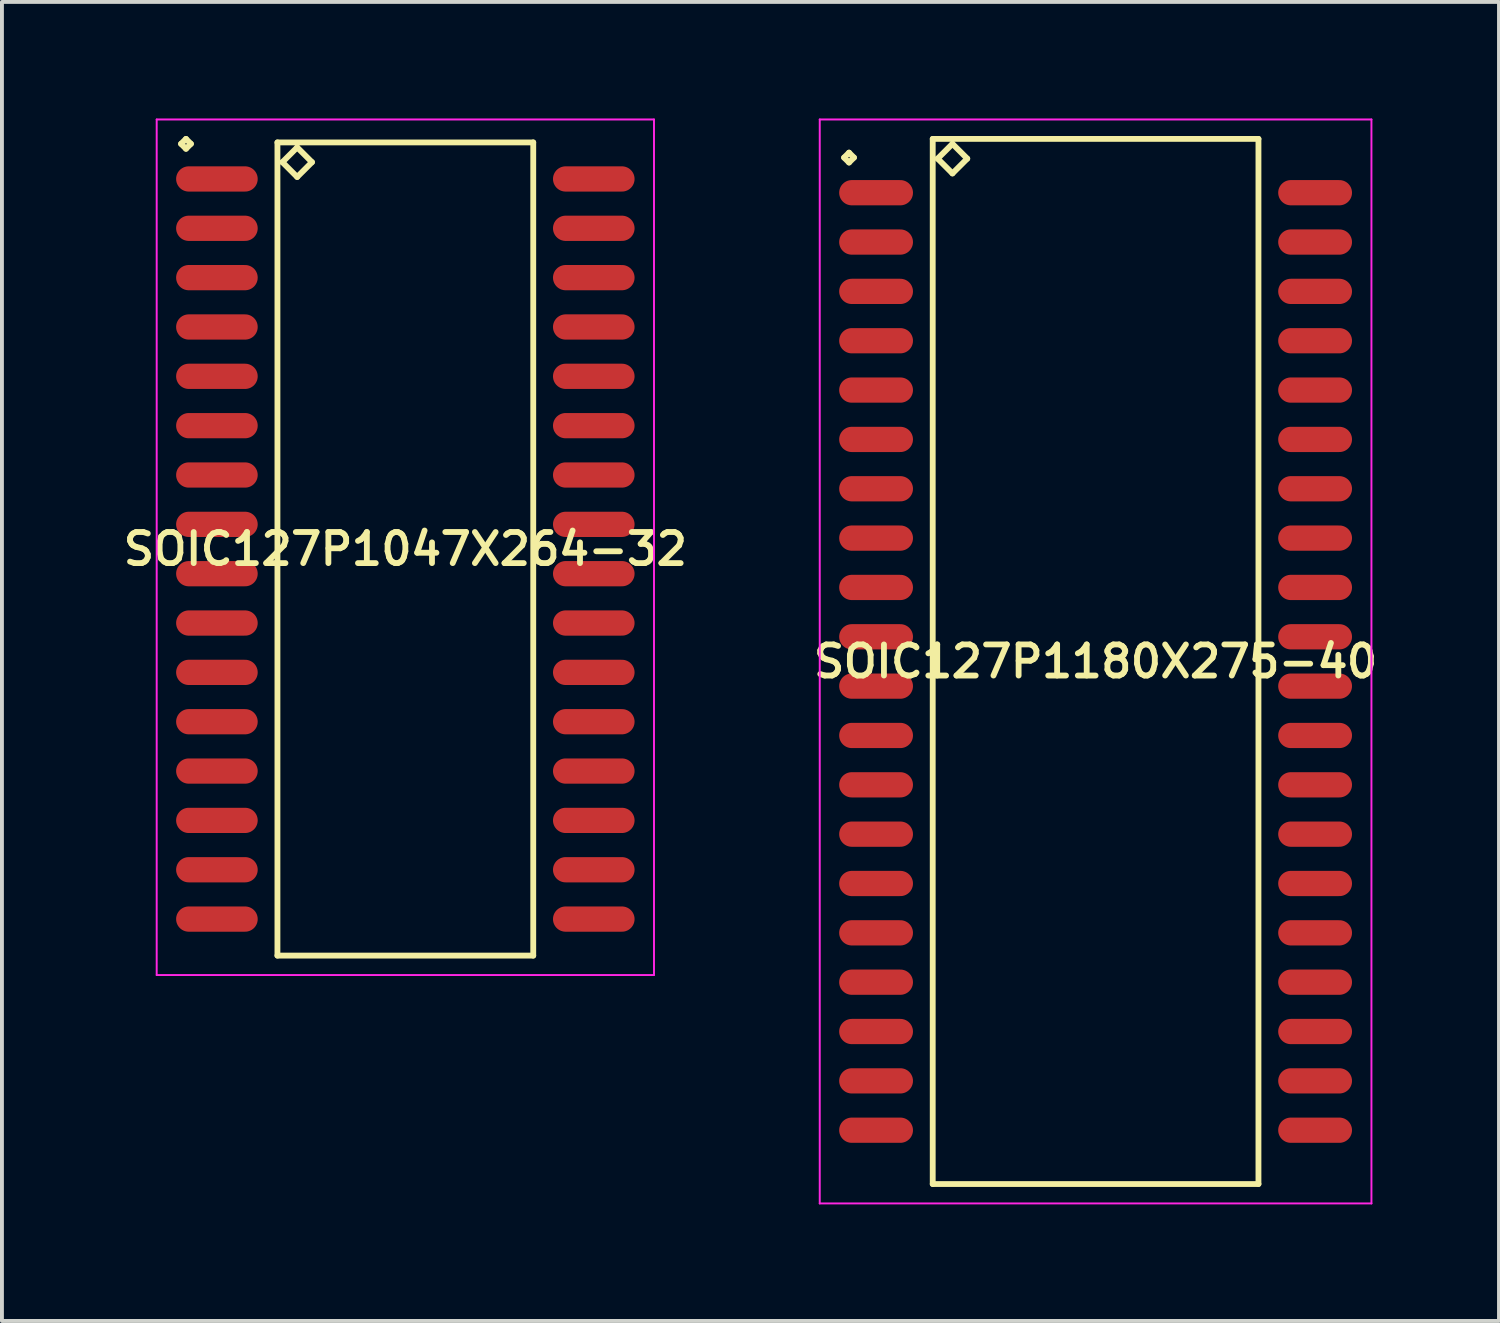
<source format=kicad_pcb>
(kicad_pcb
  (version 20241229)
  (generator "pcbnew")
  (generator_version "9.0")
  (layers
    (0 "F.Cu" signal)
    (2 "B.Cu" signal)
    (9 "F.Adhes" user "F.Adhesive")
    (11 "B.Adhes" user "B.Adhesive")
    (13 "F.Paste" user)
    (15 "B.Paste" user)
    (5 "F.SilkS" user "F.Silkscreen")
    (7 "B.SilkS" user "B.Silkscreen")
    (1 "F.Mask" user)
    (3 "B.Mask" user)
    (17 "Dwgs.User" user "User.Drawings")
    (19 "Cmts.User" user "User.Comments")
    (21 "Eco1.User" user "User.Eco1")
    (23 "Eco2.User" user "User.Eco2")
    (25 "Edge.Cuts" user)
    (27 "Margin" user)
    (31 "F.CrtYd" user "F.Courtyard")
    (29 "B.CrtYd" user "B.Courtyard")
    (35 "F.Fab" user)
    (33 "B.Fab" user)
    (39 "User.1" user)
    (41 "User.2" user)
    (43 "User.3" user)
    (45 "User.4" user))
  (footprint "SOIC127P1047X264-32"
    (layer "F.Cu")
    (at 7.383 11.081)
    (property "Reference" "SOIC127P1047X264-32" (at 0 0 0) (layer "F.SilkS") (effects (font (size 0.8 0.8) (thickness 0.15))))
    (attr smd)
    (fp_line (start -5.773 -10.429) (end -5.646 -10.556) (stroke (width 0.15) (type solid)) (layer "F.SilkS"))
    (fp_line (start -5.646 -10.556) (end -5.519 -10.429) (stroke (width 0.15) (type solid)) (layer "F.SilkS"))
    (fp_line (start -5.646 -10.302) (end -5.773 -10.429) (stroke (width 0.15) (type solid)) (layer "F.SilkS"))
    (fp_line (start -5.519 -10.429) (end -5.646 -10.302) (stroke (width 0.15) (type solid)) (layer "F.SilkS"))
    (fp_line (start -3.292 -10.465) (end -3.292 10.465) (stroke (width 0.15) (type solid)) (layer "F.SilkS"))
    (fp_line (start -3.292 10.465) (end 3.292 10.465) (stroke (width 0.15) (type solid)) (layer "F.SilkS"))
    (fp_line (start -3.165 -9.957) (end -2.784 -10.338) (stroke (width 0.15) (type solid)) (layer "F.SilkS"))
    (fp_line (start -2.784 -10.338) (end -2.403 -9.957) (stroke (width 0.15) (type solid)) (layer "F.SilkS"))
    (fp_line (start -2.784 -9.576) (end -3.165 -9.957) (stroke (width 0.15) (type solid)) (layer "F.SilkS"))
    (fp_line (start -2.403 -9.957) (end -2.784 -9.576) (stroke (width 0.15) (type solid)) (layer "F.SilkS"))
    (fp_line (start 3.292 -10.465) (end -3.292 -10.465) (stroke (width 0.15) (type solid)) (layer "F.SilkS"))
    (fp_line (start 3.292 10.465) (end 3.292 -10.465) (stroke (width 0.15) (type solid)) (layer "F.SilkS"))
    (fp_line (start -6.4 -11.056) (end 6.4 -11.056) (stroke (width 0.05) (type solid)) (layer "F.CrtYd"))
    (fp_line (start -6.4 10.965) (end -6.4 -11.056) (stroke (width 0.05) (type solid)) (layer "F.CrtYd"))
    (fp_line (start 6.4 -11.056) (end 6.4 10.965) (stroke (width 0.05) (type solid)) (layer "F.CrtYd"))
    (fp_line (start 6.4 10.965) (end -6.4 10.965) (stroke (width 0.05) (type solid)) (layer "F.CrtYd"))
    (pad "1" smd oval (at -4.85 -9.525) (size 2.1 0.65) (layers "F.Cu" "F.Mask" "F.Paste"))
    (pad "2" smd oval (at -4.85 -8.255) (size 2.1 0.65) (layers "F.Cu" "F.Mask" "F.Paste"))
    (pad "3" smd oval (at -4.85 -6.985) (size 2.1 0.65) (layers "F.Cu" "F.Mask" "F.Paste"))
    (pad "4" smd oval (at -4.85 -5.715) (size 2.1 0.65) (layers "F.Cu" "F.Mask" "F.Paste"))
    (pad "5" smd oval (at -4.85 -4.445) (size 2.1 0.65) (layers "F.Cu" "F.Mask" "F.Paste"))
    (pad "6" smd oval (at -4.85 -3.175) (size 2.1 0.65) (layers "F.Cu" "F.Mask" "F.Paste"))
    (pad "7" smd oval (at -4.85 -1.905) (size 2.1 0.65) (layers "F.Cu" "F.Mask" "F.Paste"))
    (pad "8" smd oval (at -4.85 -0.635) (size 2.1 0.65) (layers "F.Cu" "F.Mask" "F.Paste"))
    (pad "9" smd oval (at -4.85 0.635) (size 2.1 0.65) (layers "F.Cu" "F.Mask" "F.Paste"))
    (pad "10" smd oval (at -4.85 1.905) (size 2.1 0.65) (layers "F.Cu" "F.Mask" "F.Paste"))
    (pad "11" smd oval (at -4.85 3.175) (size 2.1 0.65) (layers "F.Cu" "F.Mask" "F.Paste"))
    (pad "12" smd oval (at -4.85 4.445) (size 2.1 0.65) (layers "F.Cu" "F.Mask" "F.Paste"))
    (pad "13" smd oval (at -4.85 5.715) (size 2.1 0.65) (layers "F.Cu" "F.Mask" "F.Paste"))
    (pad "14" smd oval (at -4.85 6.985) (size 2.1 0.65) (layers "F.Cu" "F.Mask" "F.Paste"))
    (pad "15" smd oval (at -4.85 8.255) (size 2.1 0.65) (layers "F.Cu" "F.Mask" "F.Paste"))
    (pad "16" smd oval (at -4.85 9.525) (size 2.1 0.65) (layers "F.Cu" "F.Mask" "F.Paste"))
    (pad "17" smd oval (at 4.85 9.525) (size 2.1 0.65) (layers "F.Cu" "F.Mask" "F.Paste"))
    (pad "18" smd oval (at 4.85 8.255) (size 2.1 0.65) (layers "F.Cu" "F.Mask" "F.Paste"))
    (pad "19" smd oval (at 4.85 6.985) (size 2.1 0.65) (layers "F.Cu" "F.Mask" "F.Paste"))
    (pad "20" smd oval (at 4.85 5.715) (size 2.1 0.65) (layers "F.Cu" "F.Mask" "F.Paste"))
    (pad "21" smd oval (at 4.85 4.445) (size 2.1 0.65) (layers "F.Cu" "F.Mask" "F.Paste"))
    (pad "22" smd oval (at 4.85 3.175) (size 2.1 0.65) (layers "F.Cu" "F.Mask" "F.Paste"))
    (pad "23" smd oval (at 4.85 1.905) (size 2.1 0.65) (layers "F.Cu" "F.Mask" "F.Paste"))
    (pad "24" smd oval (at 4.85 0.635) (size 2.1 0.65) (layers "F.Cu" "F.Mask" "F.Paste"))
    (pad "25" smd oval (at 4.85 -0.635) (size 2.1 0.65) (layers "F.Cu" "F.Mask" "F.Paste"))
    (pad "26" smd oval (at 4.85 -1.905) (size 2.1 0.65) (layers "F.Cu" "F.Mask" "F.Paste"))
    (pad "27" smd oval (at 4.85 -3.175) (size 2.1 0.65) (layers "F.Cu" "F.Mask" "F.Paste"))
    (pad "28" smd oval (at 4.85 -4.445) (size 2.1 0.65) (layers "F.Cu" "F.Mask" "F.Paste"))
    (pad "29" smd oval (at 4.85 -5.715) (size 2.1 0.65) (layers "F.Cu" "F.Mask" "F.Paste"))
    (pad "30" smd oval (at 4.85 -6.985) (size 2.1 0.65) (layers "F.Cu" "F.Mask" "F.Paste"))
    (pad "31" smd oval (at 4.85 -8.255) (size 2.1 0.65) (layers "F.Cu" "F.Mask" "F.Paste"))
    (pad "32" smd oval (at 4.85 -9.525) (size 2.1 0.65) (layers "F.Cu" "F.Mask" "F.Paste")))
  (footprint "SOIC127P1180X275-40"
    (layer "F.Cu")
    (at 25.149 13.975)
    (property "Reference" "SOIC127P1180X275-40" (at 0 0 0) (layer "F.SilkS") (effects (font (size 0.8 0.8) (thickness 0.15))))
    (attr smd)
    (fp_line (start -6.473 -12.969) (end -6.346 -13.096) (stroke (width 0.15) (type solid)) (layer "F.SilkS"))
    (fp_line (start -6.346 -13.096) (end -6.219 -12.969) (stroke (width 0.15) (type solid)) (layer "F.SilkS"))
    (fp_line (start -6.346 -12.842) (end -6.473 -12.969) (stroke (width 0.15) (type solid)) (layer "F.SilkS"))
    (fp_line (start -6.219 -12.969) (end -6.346 -12.842) (stroke (width 0.15) (type solid)) (layer "F.SilkS"))
    (fp_line (start -4.192 -13.45) (end -4.192 13.45) (stroke (width 0.15) (type solid)) (layer "F.SilkS"))
    (fp_line (start -4.192 13.45) (end 4.192 13.45) (stroke (width 0.15) (type solid)) (layer "F.SilkS"))
    (fp_line (start -4.065 -12.942) (end -3.684 -13.323) (stroke (width 0.15) (type solid)) (layer "F.SilkS"))
    (fp_line (start -3.684 -13.323) (end -3.303 -12.942) (stroke (width 0.15) (type solid)) (layer "F.SilkS"))
    (fp_line (start -3.684 -12.561) (end -4.065 -12.942) (stroke (width 0.15) (type solid)) (layer "F.SilkS"))
    (fp_line (start -3.303 -12.942) (end -3.684 -12.561) (stroke (width 0.15) (type solid)) (layer "F.SilkS"))
    (fp_line (start 4.192 -13.45) (end -4.192 -13.45) (stroke (width 0.15) (type solid)) (layer "F.SilkS"))
    (fp_line (start 4.192 13.45) (end 4.192 -13.45) (stroke (width 0.15) (type solid)) (layer "F.SilkS"))
    (fp_line (start -7.1 -13.95) (end 7.1 -13.95) (stroke (width 0.05) (type solid)) (layer "F.CrtYd"))
    (fp_line (start -7.1 13.95) (end -7.1 -13.95) (stroke (width 0.05) (type solid)) (layer "F.CrtYd"))
    (fp_line (start 7.1 -13.95) (end 7.1 13.95) (stroke (width 0.05) (type solid)) (layer "F.CrtYd"))
    (fp_line (start 7.1 13.95) (end -7.1 13.95) (stroke (width 0.05) (type solid)) (layer "F.CrtYd"))
    (pad "1" smd oval (at -5.65 -12.065) (size 1.9 0.65) (layers "F.Cu" "F.Mask" "F.Paste"))
    (pad "2" smd oval (at -5.65 -10.795) (size 1.9 0.65) (layers "F.Cu" "F.Mask" "F.Paste"))
    (pad "3" smd oval (at -5.65 -9.525) (size 1.9 0.65) (layers "F.Cu" "F.Mask" "F.Paste"))
    (pad "4" smd oval (at -5.65 -8.255) (size 1.9 0.65) (layers "F.Cu" "F.Mask" "F.Paste"))
    (pad "5" smd oval (at -5.65 -6.985) (size 1.9 0.65) (layers "F.Cu" "F.Mask" "F.Paste"))
    (pad "6" smd oval (at -5.65 -5.715) (size 1.9 0.65) (layers "F.Cu" "F.Mask" "F.Paste"))
    (pad "7" smd oval (at -5.65 -4.445) (size 1.9 0.65) (layers "F.Cu" "F.Mask" "F.Paste"))
    (pad "8" smd oval (at -5.65 -3.175) (size 1.9 0.65) (layers "F.Cu" "F.Mask" "F.Paste"))
    (pad "9" smd oval (at -5.65 -1.905) (size 1.9 0.65) (layers "F.Cu" "F.Mask" "F.Paste"))
    (pad "10" smd oval (at -5.65 -0.635) (size 1.9 0.65) (layers "F.Cu" "F.Mask" "F.Paste"))
    (pad "11" smd oval (at -5.65 0.635) (size 1.9 0.65) (layers "F.Cu" "F.Mask" "F.Paste"))
    (pad "12" smd oval (at -5.65 1.905) (size 1.9 0.65) (layers "F.Cu" "F.Mask" "F.Paste"))
    (pad "13" smd oval (at -5.65 3.175) (size 1.9 0.65) (layers "F.Cu" "F.Mask" "F.Paste"))
    (pad "14" smd oval (at -5.65 4.445) (size 1.9 0.65) (layers "F.Cu" "F.Mask" "F.Paste"))
    (pad "15" smd oval (at -5.65 5.715) (size 1.9 0.65) (layers "F.Cu" "F.Mask" "F.Paste"))
    (pad "16" smd oval (at -5.65 6.985) (size 1.9 0.65) (layers "F.Cu" "F.Mask" "F.Paste"))
    (pad "17" smd oval (at -5.65 8.255) (size 1.9 0.65) (layers "F.Cu" "F.Mask" "F.Paste"))
    (pad "18" smd oval (at -5.65 9.525) (size 1.9 0.65) (layers "F.Cu" "F.Mask" "F.Paste"))
    (pad "19" smd oval (at -5.65 10.795) (size 1.9 0.65) (layers "F.Cu" "F.Mask" "F.Paste"))
    (pad "20" smd oval (at -5.65 12.065) (size 1.9 0.65) (layers "F.Cu" "F.Mask" "F.Paste"))
    (pad "21" smd oval (at 5.65 12.065) (size 1.9 0.65) (layers "F.Cu" "F.Mask" "F.Paste"))
    (pad "22" smd oval (at 5.65 10.795) (size 1.9 0.65) (layers "F.Cu" "F.Mask" "F.Paste"))
    (pad "23" smd oval (at 5.65 9.525) (size 1.9 0.65) (layers "F.Cu" "F.Mask" "F.Paste"))
    (pad "24" smd oval (at 5.65 8.255) (size 1.9 0.65) (layers "F.Cu" "F.Mask" "F.Paste"))
    (pad "25" smd oval (at 5.65 6.985) (size 1.9 0.65) (layers "F.Cu" "F.Mask" "F.Paste"))
    (pad "26" smd oval (at 5.65 5.715) (size 1.9 0.65) (layers "F.Cu" "F.Mask" "F.Paste"))
    (pad "27" smd oval (at 5.65 4.445) (size 1.9 0.65) (layers "F.Cu" "F.Mask" "F.Paste"))
    (pad "28" smd oval (at 5.65 3.175) (size 1.9 0.65) (layers "F.Cu" "F.Mask" "F.Paste"))
    (pad "29" smd oval (at 5.65 1.905) (size 1.9 0.65) (layers "F.Cu" "F.Mask" "F.Paste"))
    (pad "30" smd oval (at 5.65 0.635) (size 1.9 0.65) (layers "F.Cu" "F.Mask" "F.Paste"))
    (pad "31" smd oval (at 5.65 -0.635) (size 1.9 0.65) (layers "F.Cu" "F.Mask" "F.Paste"))
    (pad "32" smd oval (at 5.65 -1.905) (size 1.9 0.65) (layers "F.Cu" "F.Mask" "F.Paste"))
    (pad "33" smd oval (at 5.65 -3.175) (size 1.9 0.65) (layers "F.Cu" "F.Mask" "F.Paste"))
    (pad "34" smd oval (at 5.65 -4.445) (size 1.9 0.65) (layers "F.Cu" "F.Mask" "F.Paste"))
    (pad "35" smd oval (at 5.65 -5.715) (size 1.9 0.65) (layers "F.Cu" "F.Mask" "F.Paste"))
    (pad "36" smd oval (at 5.65 -6.985) (size 1.9 0.65) (layers "F.Cu" "F.Mask" "F.Paste"))
    (pad "37" smd oval (at 5.65 -8.255) (size 1.9 0.65) (layers "F.Cu" "F.Mask" "F.Paste"))
    (pad "38" smd oval (at 5.65 -9.525) (size 1.9 0.65) (layers "F.Cu" "F.Mask" "F.Paste"))
    (pad "39" smd oval (at 5.65 -10.795) (size 1.9 0.65) (layers "F.Cu" "F.Mask" "F.Paste"))
    (pad "40" smd oval (at 5.65 -12.065) (size 1.9 0.65) (layers "F.Cu" "F.Mask" "F.Paste")))
  (gr_rect
    (start -3 -3)
    (end 35.532 30.95)
    (stroke (width 0.1) (type default))
    (fill no)
    (layer "Edge.Cuts")))
</source>
